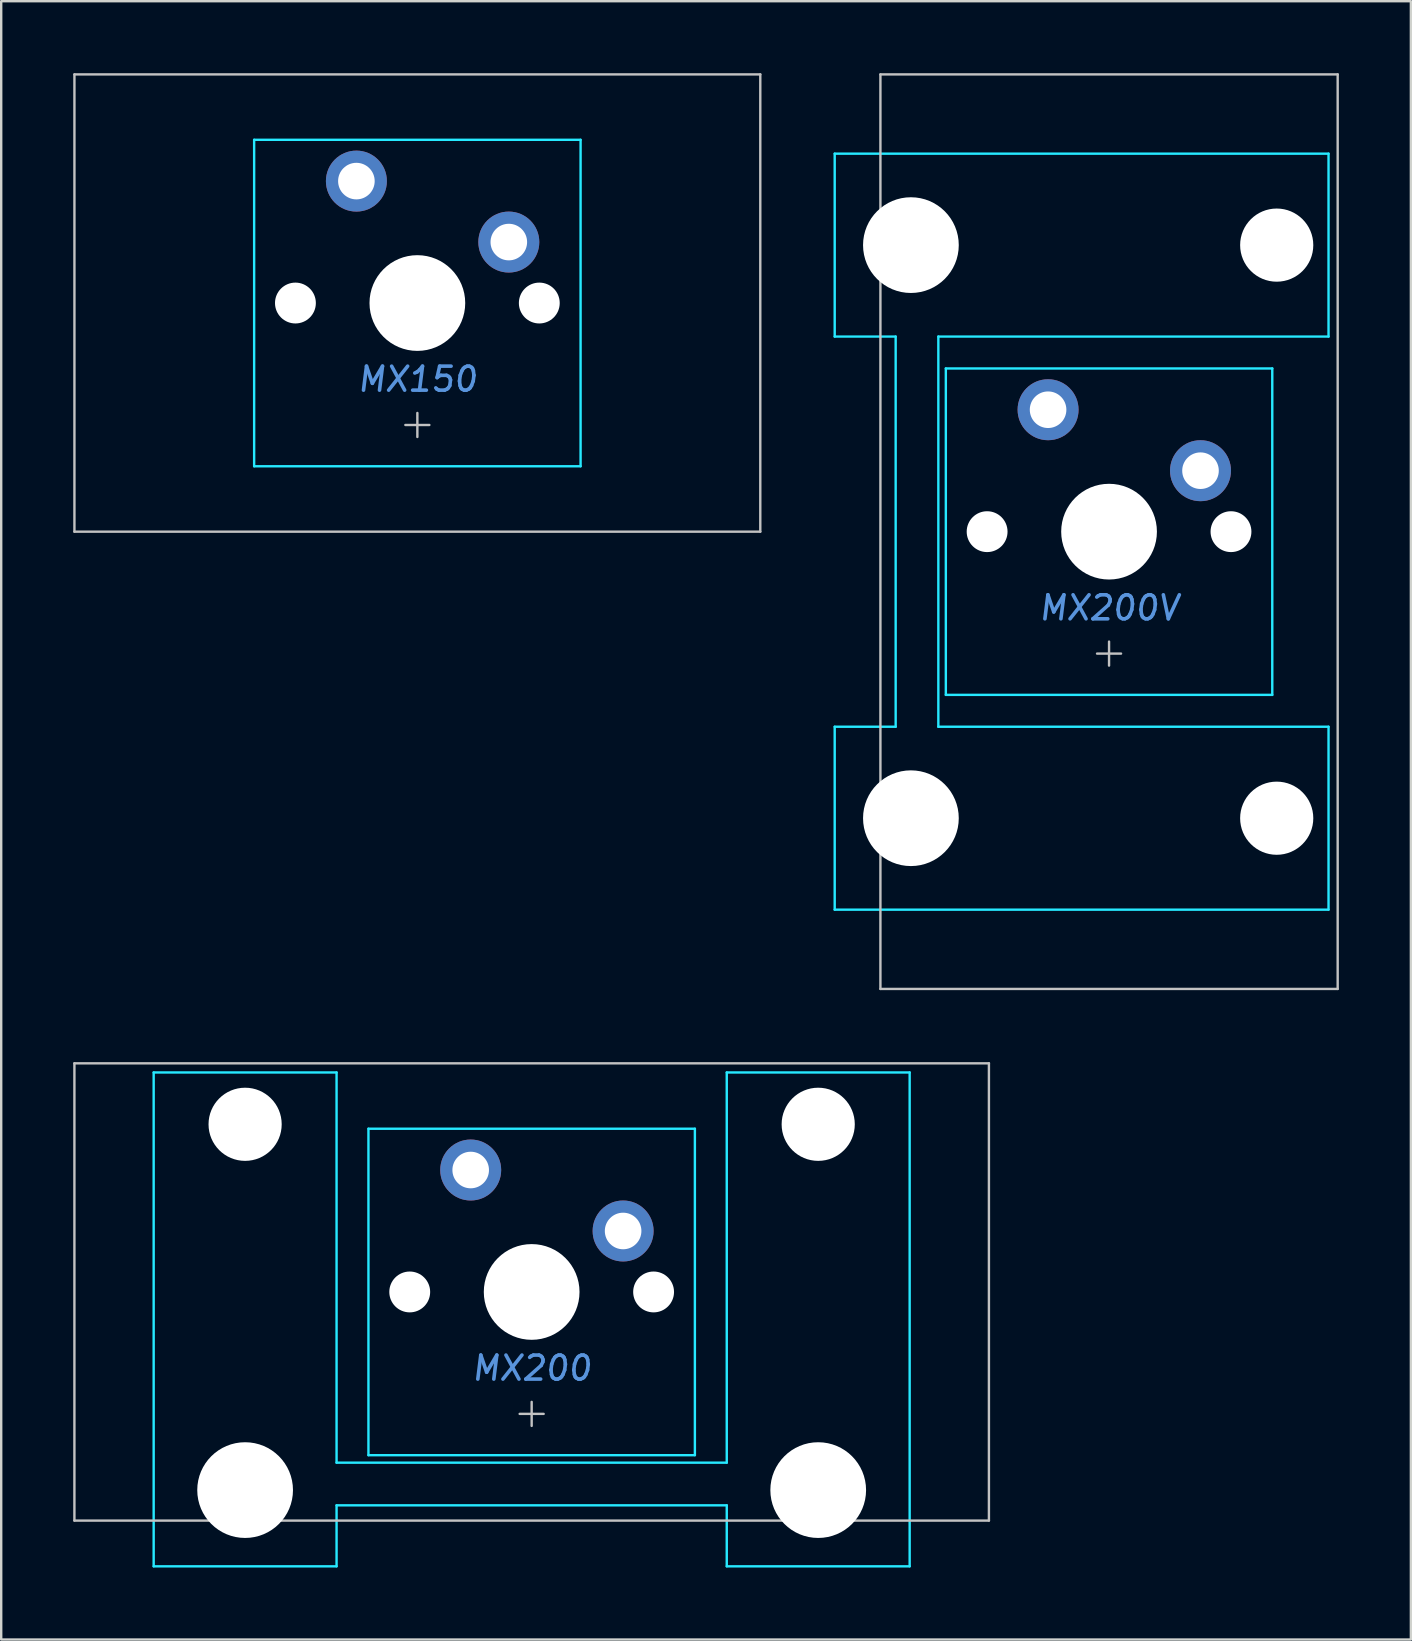
<source format=kicad_pcb>
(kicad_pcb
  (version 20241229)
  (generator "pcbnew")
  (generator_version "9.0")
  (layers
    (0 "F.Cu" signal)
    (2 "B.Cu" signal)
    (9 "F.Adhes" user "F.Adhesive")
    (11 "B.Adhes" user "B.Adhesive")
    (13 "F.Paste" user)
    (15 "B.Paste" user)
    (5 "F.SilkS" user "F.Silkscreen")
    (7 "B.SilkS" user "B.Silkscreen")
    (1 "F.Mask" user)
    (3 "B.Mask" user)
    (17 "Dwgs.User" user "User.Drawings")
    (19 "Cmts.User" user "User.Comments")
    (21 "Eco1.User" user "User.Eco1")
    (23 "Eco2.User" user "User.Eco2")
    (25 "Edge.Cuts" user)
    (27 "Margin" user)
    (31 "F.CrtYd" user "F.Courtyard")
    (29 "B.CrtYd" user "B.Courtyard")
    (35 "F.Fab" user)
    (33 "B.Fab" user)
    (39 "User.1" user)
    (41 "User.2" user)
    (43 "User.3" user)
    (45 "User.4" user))
  (footprint "MX150"
    (layer "F.Cu")
    (at 14.338 9.575)
    (property "Reference" "MX150" (at 0 3.175 0) (layer "Cmts.User") (effects (font (size 1 1) (thickness 0.15) (italic yes))))
    (attr through_hole)
    (fp_line (start -14.287 -9.525) (end -14.287 9.525) (stroke (width 0.1) (type solid)) (layer "Dwgs.User"))
    (fp_line (start -14.287 -9.525) (end 14.287 -9.525) (stroke (width 0.1) (type solid)) (layer "Dwgs.User"))
    (fp_line (start -14.287 9.525) (end 14.287 9.525) (stroke (width 0.1) (type solid)) (layer "Dwgs.User"))
    (fp_line (start 0 5.58) (end 0 4.58) (stroke (width 0.1) (type solid)) (layer "Dwgs.User"))
    (fp_line (start 0.5 5.08) (end -0.5 5.08) (stroke (width 0.1) (type solid)) (layer "Dwgs.User"))
    (fp_line (start 14.287 -9.525) (end 14.287 9.525) (stroke (width 0.1) (type solid)) (layer "Dwgs.User"))
    (fp_line (start -6.8 -6.8) (end 6.8 -6.8) (stroke (width 0.1) (type solid)) (layer "B.CrtYd"))
    (fp_line (start -6.8 6.8) (end -6.8 -6.8) (stroke (width 0.1) (type solid)) (layer "B.CrtYd"))
    (fp_line (start -6.8 6.8) (end 6.8 6.8) (stroke (width 0.1) (type solid)) (layer "B.CrtYd"))
    (fp_line (start 6.8 6.8) (end 6.8 -6.8) (stroke (width 0.1) (type solid)) (layer "B.CrtYd"))
    (pad "" np_thru_hole circle (at -5.08 0) (size 1.702 1.702) (drill 1.702) (layers "*.Cu" "*.Mask"))
    (pad "" connect circle (at -2.54 -5.08) (size 1.524 1.524) (layers "B.Mask"))
    (pad "" np_thru_hole circle (at 0 0) (size 3.988 3.988) (drill 3.988) (layers "*.Cu" "*.Mask"))
    (pad "" connect circle (at 3.81 -2.54) (size 1.524 1.524) (layers "B.Mask"))
    (pad "" np_thru_hole circle (at 5.08 0) (size 1.702 1.702) (drill 1.702) (layers "*.Cu" "*.Mask"))
    (pad "1" thru_hole circle (at -2.54 -5.08) (size 2.54 2.54) (drill 1.524) (layers "*.Cu" "F.Mask"))
    (pad "2" thru_hole circle (at 3.81 -2.54) (size 2.54 2.54) (drill 1.524) (layers "*.Cu" "F.Mask")))
  (footprint "MX200"
    (layer "F.Cu")
    (at 19.1 50.775)
    (property "Reference" "MX200" (at 0 3.175 0) (layer "Cmts.User") (effects (font (size 1 1) (thickness 0.15) (italic yes))))
    (attr through_hole)
    (fp_line (start -19.05 -9.525) (end -19.05 9.525) (stroke (width 0.1) (type solid)) (layer "Dwgs.User"))
    (fp_line (start -19.05 -9.525) (end 19.05 -9.525) (stroke (width 0.1) (type solid)) (layer "Dwgs.User"))
    (fp_line (start -19.05 9.525) (end 19.05 9.525) (stroke (width 0.1) (type solid)) (layer "Dwgs.User"))
    (fp_line (start -0.5 5.08) (end 0.5 5.08) (stroke (width 0.1) (type solid)) (layer "Dwgs.User"))
    (fp_line (start 0 5.58) (end 0 4.58) (stroke (width 0.1) (type solid)) (layer "Dwgs.User"))
    (fp_line (start 19.05 -9.525) (end 19.05 9.525) (stroke (width 0.1) (type solid)) (layer "Dwgs.User"))
    (fp_line (start -15.438 -5.485) (end -15.438 8.515) (stroke (width 0.1) (type solid)) (layer "Eco1.User"))
    (fp_line (start -14.938 -5.985) (end -8.938 -5.985) (stroke (width 0.1) (type solid)) (layer "Eco1.User"))
    (fp_line (start -8.938 9.015) (end -14.938 9.015) (stroke (width 0.1) (type solid)) (layer "Eco1.User"))
    (fp_line (start -8.438 8.515) (end -8.438 -5.485) (stroke (width 0.1) (type solid)) (layer "Eco1.User"))
    (fp_line (start -7 -6.5) (end -7 6.5) (stroke (width 0.1) (type solid)) (layer "Eco1.User"))
    (fp_line (start -6.5 7) (end 6.5 7) (stroke (width 0.1) (type solid)) (layer "Eco1.User"))
    (fp_line (start 6.5 -7) (end -6.5 -7) (stroke (width 0.1) (type solid)) (layer "Eco1.User"))
    (fp_line (start 7 6.5) (end 7 -6.5) (stroke (width 0.1) (type solid)) (layer "Eco1.User"))
    (fp_line (start 8.438 -5.485) (end 8.438 8.515) (stroke (width 0.1) (type solid)) (layer "Eco1.User"))
    (fp_line (start 8.938 -5.985) (end 14.938 -5.985) (stroke (width 0.1) (type solid)) (layer "Eco1.User"))
    (fp_line (start 14.938 9.015) (end 8.938 9.015) (stroke (width 0.1) (type solid)) (layer "Eco1.User"))
    (fp_line (start 15.438 8.515) (end 15.438 -5.485) (stroke (width 0.1) (type solid)) (layer "Eco1.User"))
    (fp_arc (start -15.438 -5.485) (mid -15.291553 -5.838553) (end -14.938 -5.985) (stroke (width 0.1) (type solid)) (layer "Eco1.User"))
    (fp_arc (start -14.938 9.015) (mid -15.291553 8.868553) (end -15.438 8.515) (stroke (width 0.1) (type solid)) (layer "Eco1.User"))
    (fp_arc (start -8.938 -5.985) (mid -8.584447 -5.838553) (end -8.438 -5.485) (stroke (width 0.1) (type solid)) (layer "Eco1.User"))
    (fp_arc (start -8.438 8.515) (mid -8.584447 8.868553) (end -8.938 9.015) (stroke (width 0.1) (type solid)) (layer "Eco1.User"))
    (fp_arc (start -7 -6.5) (mid -6.853553 -6.853553) (end -6.5 -7) (stroke (width 0.1) (type solid)) (layer "Eco1.User"))
    (fp_arc (start -6.5 7) (mid -6.853553 6.853553) (end -7 6.5) (stroke (width 0.1) (type solid)) (layer "Eco1.User"))
    (fp_arc (start 6.5 -7) (mid 6.853553 -6.853553) (end 7 -6.5) (stroke (width 0.1) (type solid)) (layer "Eco1.User"))
    (fp_arc (start 7 6.5) (mid 6.853553 6.853553) (end 6.5 7) (stroke (width 0.1) (type solid)) (layer "Eco1.User"))
    (fp_arc (start 8.438 -5.485) (mid 8.584447 -5.838553) (end 8.938 -5.985) (stroke (width 0.1) (type solid)) (layer "Eco1.User"))
    (fp_arc (start 8.938 9.015) (mid 8.584447 8.868553) (end 8.438 8.515) (stroke (width 0.1) (type solid)) (layer "Eco1.User"))
    (fp_arc (start 14.938 -5.985) (mid 15.291553 -5.838553) (end 15.438 -5.485) (stroke (width 0.1) (type solid)) (layer "Eco1.User"))
    (fp_arc (start 15.438 8.515) (mid 15.291553 8.868553) (end 14.938 9.015) (stroke (width 0.1) (type solid)) (layer "Eco1.User"))
    (fp_line (start -15.748 -9.144) (end -8.128 -9.144) (stroke (width 0.1) (type solid)) (layer "B.CrtYd"))
    (fp_line (start -15.748 11.43) (end -15.748 -9.144) (stroke (width 0.1) (type solid)) (layer "B.CrtYd"))
    (fp_line (start -8.128 -9.144) (end -8.128 7.112) (stroke (width 0.1) (type solid)) (layer "B.CrtYd"))
    (fp_line (start -8.128 7.112) (end 8.128 7.112) (stroke (width 0.1) (type solid)) (layer "B.CrtYd"))
    (fp_line (start -8.128 8.89) (end 8.128 8.89) (stroke (width 0.1) (type solid)) (layer "B.CrtYd"))
    (fp_line (start -8.128 11.43) (end -15.748 11.43) (stroke (width 0.1) (type solid)) (layer "B.CrtYd"))
    (fp_line (start -8.128 11.43) (end -8.128 8.89) (stroke (width 0.1) (type solid)) (layer "B.CrtYd"))
    (fp_line (start -6.8 6.8) (end -6.8 -6.8) (stroke (width 0.1) (type solid)) (layer "B.CrtYd"))
    (fp_line (start 6.8 -6.8) (end -6.8 -6.8) (stroke (width 0.1) (type solid)) (layer "B.CrtYd"))
    (fp_line (start 6.8 6.8) (end -6.8 6.8) (stroke (width 0.1) (type solid)) (layer "B.CrtYd"))
    (fp_line (start 6.8 6.8) (end 6.8 -6.8) (stroke (width 0.1) (type solid)) (layer "B.CrtYd"))
    (fp_line (start 8.128 -9.144) (end 8.128 7.112) (stroke (width 0.1) (type solid)) (layer "B.CrtYd"))
    (fp_line (start 8.128 -9.144) (end 15.748 -9.144) (stroke (width 0.1) (type solid)) (layer "B.CrtYd"))
    (fp_line (start 8.128 11.43) (end 8.128 8.89) (stroke (width 0.1) (type solid)) (layer "B.CrtYd"))
    (fp_line (start 15.748 -9.144) (end 15.748 11.43) (stroke (width 0.1) (type solid)) (layer "B.CrtYd"))
    (fp_line (start 15.748 11.43) (end 8.128 11.43) (stroke (width 0.1) (type solid)) (layer "B.CrtYd"))
    (pad "" np_thru_hole circle (at -11.938 -6.985) (size 3.048 3.048) (drill 3.048) (layers "*.Cu" "*.Mask"))
    (pad "" np_thru_hole circle (at -11.938 8.255) (size 3.988 3.988) (drill 3.988) (layers "*.Cu" "*.Mask"))
    (pad "" np_thru_hole circle (at -5.08 0) (size 1.702 1.702) (drill 1.702) (layers "*.Cu" "*.Mask"))
    (pad "" connect circle (at -2.54 -5.08) (size 1.524 1.524) (layers "B.Mask"))
    (pad "" np_thru_hole circle (at 0 0) (size 3.988 3.988) (drill 3.988) (layers "*.Cu" "*.Mask"))
    (pad "" connect circle (at 3.81 -2.54) (size 1.524 1.524) (layers "B.Mask"))
    (pad "" np_thru_hole circle (at 5.08 0) (size 1.702 1.702) (drill 1.702) (layers "*.Cu" "*.Mask"))
    (pad "" np_thru_hole circle (at 11.938 -6.985) (size 3.048 3.048) (drill 3.048) (layers "*.Cu" "*.Mask"))
    (pad "" np_thru_hole circle (at 11.938 8.255) (size 3.988 3.988) (drill 3.988) (layers "*.Cu" "*.Mask"))
    (pad "1" thru_hole circle (at -2.54 -5.08) (size 2.54 2.54) (drill 1.524) (layers "*.Cu" "F.Mask"))
    (pad "2" thru_hole circle (at 3.81 -2.54) (size 2.54 2.54) (drill 1.524) (layers "*.Cu" "F.Mask")))
  (footprint "MX200V"
    (layer "F.Cu")
    (at 43.155 19.1)
    (property "Reference" "MX200V" (at 0 3.175 0) (layer "Cmts.User") (effects (font (size 1 1) (thickness 0.15) (italic yes))))
    (attr through_hole)
    (fp_line (start -9.525 -19.05) (end -9.525 19.05) (stroke (width 0.1) (type solid)) (layer "Dwgs.User"))
    (fp_line (start -0.5 5.08) (end 0.5 5.08) (stroke (width 0.1) (type solid)) (layer "Dwgs.User"))
    (fp_line (start 0 5.58) (end 0 4.58) (stroke (width 0.1) (type solid)) (layer "Dwgs.User"))
    (fp_line (start 9.525 -19.05) (end -9.525 -19.05) (stroke (width 0.1) (type solid)) (layer "Dwgs.User"))
    (fp_line (start 9.525 -19.05) (end 9.525 19.05) (stroke (width 0.1) (type solid)) (layer "Dwgs.User"))
    (fp_line (start 9.525 19.05) (end -9.525 19.05) (stroke (width 0.1) (type solid)) (layer "Dwgs.User"))
    (fp_line (start -9.015 -8.938) (end -9.015 -14.938) (stroke (width 0.1) (type solid)) (layer "Eco1.User"))
    (fp_line (start -9.015 14.938) (end -9.015 8.938) (stroke (width 0.1) (type solid)) (layer "Eco1.User"))
    (fp_line (start -8.515 -8.438) (end 5.485 -8.438) (stroke (width 0.1) (type solid)) (layer "Eco1.User"))
    (fp_line (start -8.515 15.438) (end 5.485 15.438) (stroke (width 0.1) (type solid)) (layer "Eco1.User"))
    (fp_line (start -7 -6.5) (end -7 6.5) (stroke (width 0.1) (type solid)) (layer "Eco1.User"))
    (fp_line (start -6.5 7) (end 6.5 7) (stroke (width 0.1) (type solid)) (layer "Eco1.User"))
    (fp_line (start 5.485 -15.438) (end -8.515 -15.438) (stroke (width 0.1) (type solid)) (layer "Eco1.User"))
    (fp_line (start 5.485 8.438) (end -8.515 8.438) (stroke (width 0.1) (type solid)) (layer "Eco1.User"))
    (fp_line (start 5.985 -14.938) (end 5.985 -8.938) (stroke (width 0.1) (type solid)) (layer "Eco1.User"))
    (fp_line (start 5.985 8.938) (end 5.985 14.938) (stroke (width 0.1) (type solid)) (layer "Eco1.User"))
    (fp_line (start 6.5 -7) (end -6.5 -7) (stroke (width 0.1) (type solid)) (layer "Eco1.User"))
    (fp_line (start 7 6.5) (end 7 -6.5) (stroke (width 0.1) (type solid)) (layer "Eco1.User"))
    (fp_arc (start -9.015 -14.938) (mid -8.868553 -15.291553) (end -8.515 -15.438) (stroke (width 0.1) (type solid)) (layer "Eco1.User"))
    (fp_arc (start -9.015 8.938) (mid -8.868553 8.584447) (end -8.515 8.438) (stroke (width 0.1) (type solid)) (layer "Eco1.User"))
    (fp_arc (start -8.515 -8.438) (mid -8.868553 -8.584447) (end -9.015 -8.938) (stroke (width 0.1) (type solid)) (layer "Eco1.User"))
    (fp_arc (start -8.515 15.438) (mid -8.868553 15.291553) (end -9.015 14.938) (stroke (width 0.1) (type solid)) (layer "Eco1.User"))
    (fp_arc (start -7 -6.5) (mid -6.853553 -6.853553) (end -6.5 -7) (stroke (width 0.1) (type solid)) (layer "Eco1.User"))
    (fp_arc (start -6.5 7) (mid -6.853553 6.853553) (end -7 6.5) (stroke (width 0.1) (type solid)) (layer "Eco1.User"))
    (fp_arc (start 5.485 -15.438) (mid 5.838553 -15.291553) (end 5.985 -14.938) (stroke (width 0.1) (type solid)) (layer "Eco1.User"))
    (fp_arc (start 5.485 8.438) (mid 5.838553 8.584447) (end 5.985 8.938) (stroke (width 0.1) (type solid)) (layer "Eco1.User"))
    (fp_arc (start 5.985 -8.938) (mid 5.838553 -8.584447) (end 5.485 -8.438) (stroke (width 0.1) (type solid)) (layer "Eco1.User"))
    (fp_arc (start 5.985 14.938) (mid 5.838553 15.291553) (end 5.485 15.438) (stroke (width 0.1) (type solid)) (layer "Eco1.User"))
    (fp_arc (start 6.5 -7) (mid 6.853553 -6.853553) (end 7 -6.5) (stroke (width 0.1) (type solid)) (layer "Eco1.User"))
    (fp_arc (start 7 6.5) (mid 6.853553 6.853553) (end 6.5 7) (stroke (width 0.1) (type solid)) (layer "Eco1.User"))
    (fp_line (start -11.43 -15.748) (end 9.144 -15.748) (stroke (width 0.1) (type solid)) (layer "B.CrtYd"))
    (fp_line (start -11.43 -8.128) (end -11.43 -15.748) (stroke (width 0.1) (type solid)) (layer "B.CrtYd"))
    (fp_line (start -11.43 -8.128) (end -8.89 -8.128) (stroke (width 0.1) (type solid)) (layer "B.CrtYd"))
    (fp_line (start -11.43 8.128) (end -8.89 8.128) (stroke (width 0.1) (type solid)) (layer "B.CrtYd"))
    (fp_line (start -11.43 15.748) (end -11.43 8.128) (stroke (width 0.1) (type solid)) (layer "B.CrtYd"))
    (fp_line (start -8.89 -8.128) (end -8.89 8.128) (stroke (width 0.1) (type solid)) (layer "B.CrtYd"))
    (fp_line (start -7.112 -8.128) (end -7.112 8.128) (stroke (width 0.1) (type solid)) (layer "B.CrtYd"))
    (fp_line (start -6.8 6.8) (end -6.8 -6.8) (stroke (width 0.1) (type solid)) (layer "B.CrtYd"))
    (fp_line (start 6.8 -6.8) (end -6.8 -6.8) (stroke (width 0.1) (type solid)) (layer "B.CrtYd"))
    (fp_line (start 6.8 6.8) (end -6.8 6.8) (stroke (width 0.1) (type solid)) (layer "B.CrtYd"))
    (fp_line (start 6.8 6.8) (end 6.8 -6.8) (stroke (width 0.1) (type solid)) (layer "B.CrtYd"))
    (fp_line (start 9.144 -15.748) (end 9.144 -8.128) (stroke (width 0.1) (type solid)) (layer "B.CrtYd"))
    (fp_line (start 9.144 -8.128) (end -7.112 -8.128) (stroke (width 0.1) (type solid)) (layer "B.CrtYd"))
    (fp_line (start 9.144 8.128) (end -7.112 8.128) (stroke (width 0.1) (type solid)) (layer "B.CrtYd"))
    (fp_line (start 9.144 8.128) (end 9.144 15.748) (stroke (width 0.1) (type solid)) (layer "B.CrtYd"))
    (fp_line (start 9.144 15.748) (end -11.43 15.748) (stroke (width 0.1) (type solid)) (layer "B.CrtYd"))
    (pad "" np_thru_hole circle (at -8.255 -11.938 270) (size 3.988 3.988) (drill 3.988) (layers "*.Cu" "*.Mask"))
    (pad "" np_thru_hole circle (at -8.255 11.938 270) (size 3.988 3.988) (drill 3.988) (layers "*.Cu" "*.Mask"))
    (pad "" np_thru_hole circle (at -5.08 0) (size 1.702 1.702) (drill 1.702) (layers "*.Cu" "*.Mask"))
    (pad "" connect circle (at -2.54 -5.08) (size 1.524 1.524) (layers "B.Mask"))
    (pad "" np_thru_hole circle (at 0 0) (size 3.988 3.988) (drill 3.988) (layers "*.Cu" "*.Mask"))
    (pad "" connect circle (at 3.81 -2.54) (size 1.524 1.524) (layers "B.Mask"))
    (pad "" np_thru_hole circle (at 5.08 0) (size 1.702 1.702) (drill 1.702) (layers "*.Cu" "*.Mask"))
    (pad "" np_thru_hole circle (at 6.985 -11.938 270) (size 3.048 3.048) (drill 3.048) (layers "*.Cu" "*.Mask"))
    (pad "" np_thru_hole circle (at 6.985 11.938 270) (size 3.048 3.048) (drill 3.048) (layers "*.Cu" "*.Mask"))
    (pad "1" thru_hole circle (at -2.54 -5.08) (size 2.54 2.54) (drill 1.524) (layers "*.Cu" "F.Mask"))
    (pad "2" thru_hole circle (at 3.81 -2.54) (size 2.54 2.54) (drill 1.524) (layers "*.Cu" "F.Mask")))
  (gr_rect
    (start -3 -3)
    (end 55.73 65.255)
    (stroke (width 0.1) (type default))
    (fill no)
    (layer "Edge.Cuts")))
</source>
